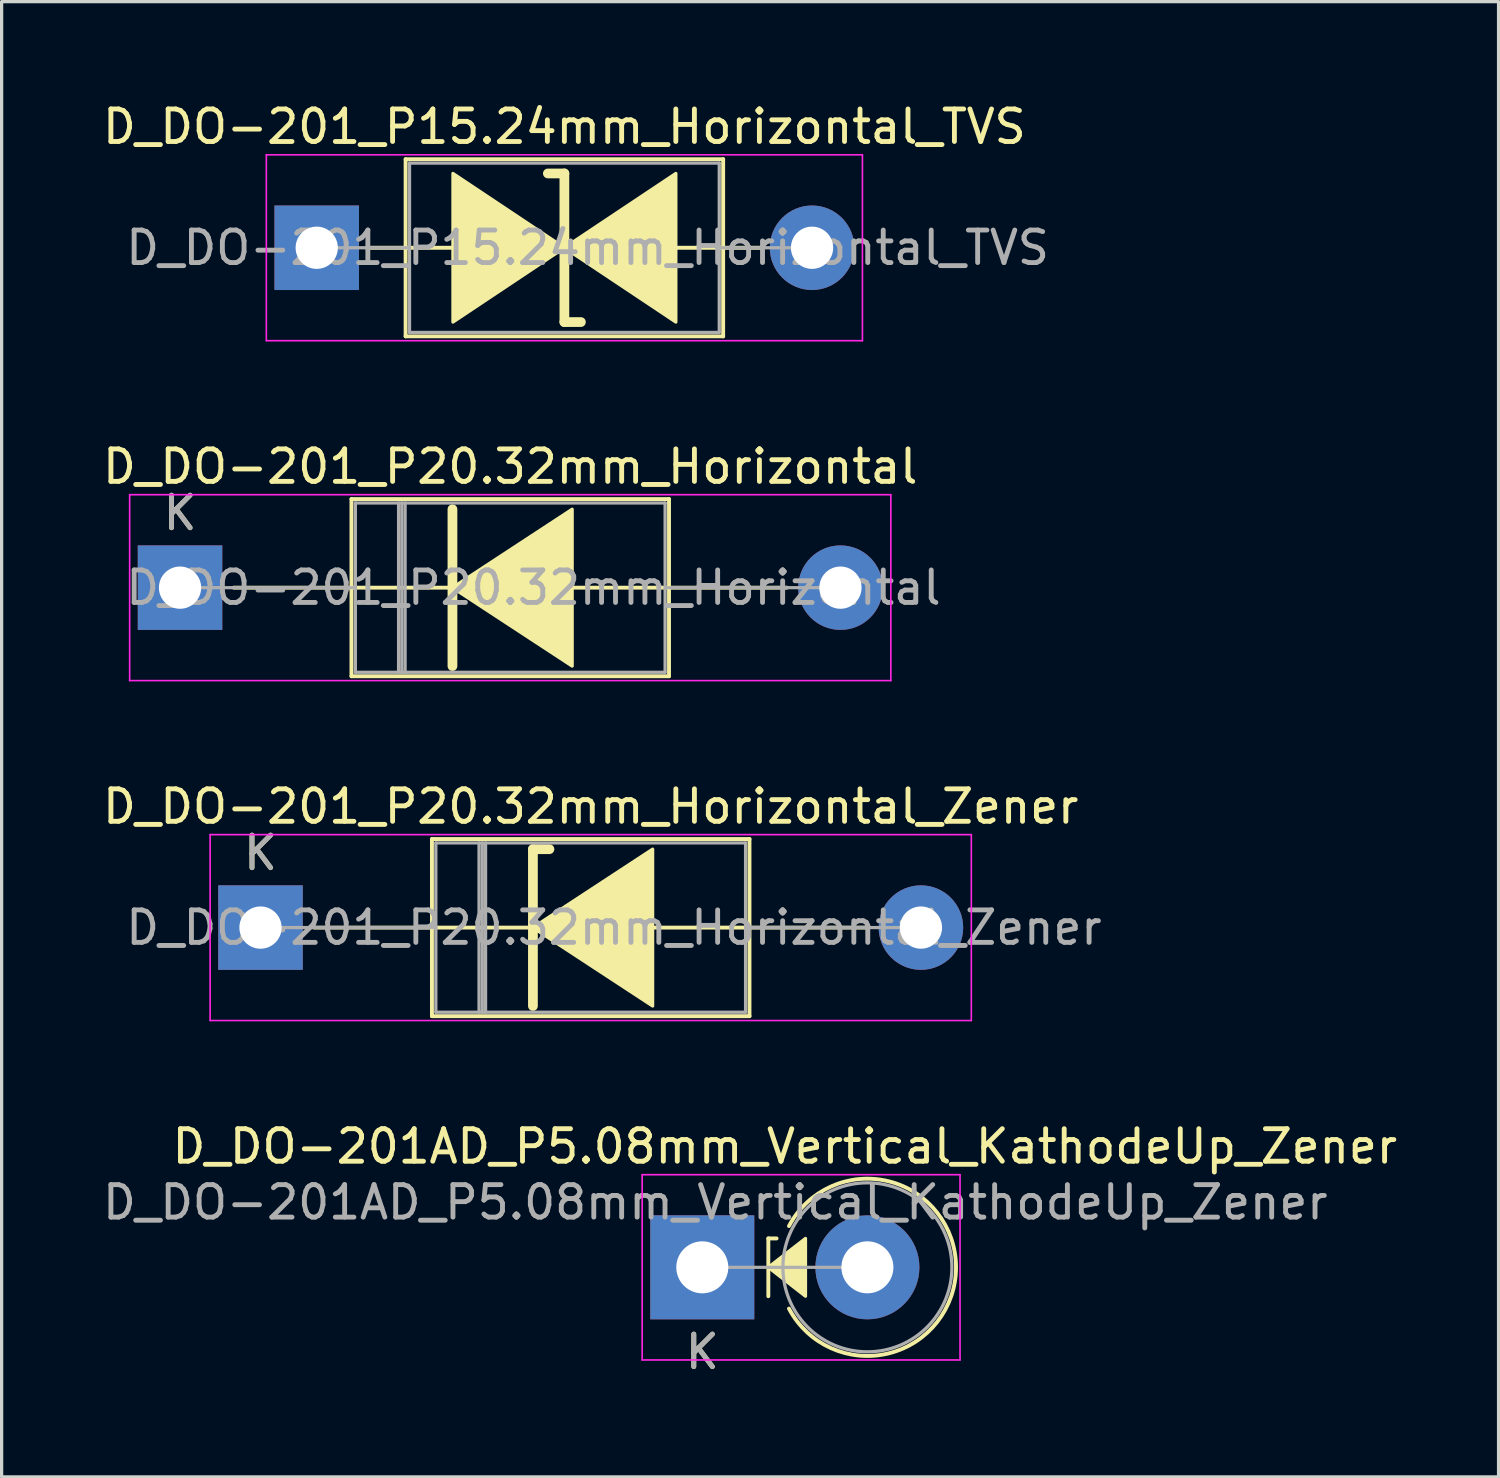
<source format=kicad_pcb>
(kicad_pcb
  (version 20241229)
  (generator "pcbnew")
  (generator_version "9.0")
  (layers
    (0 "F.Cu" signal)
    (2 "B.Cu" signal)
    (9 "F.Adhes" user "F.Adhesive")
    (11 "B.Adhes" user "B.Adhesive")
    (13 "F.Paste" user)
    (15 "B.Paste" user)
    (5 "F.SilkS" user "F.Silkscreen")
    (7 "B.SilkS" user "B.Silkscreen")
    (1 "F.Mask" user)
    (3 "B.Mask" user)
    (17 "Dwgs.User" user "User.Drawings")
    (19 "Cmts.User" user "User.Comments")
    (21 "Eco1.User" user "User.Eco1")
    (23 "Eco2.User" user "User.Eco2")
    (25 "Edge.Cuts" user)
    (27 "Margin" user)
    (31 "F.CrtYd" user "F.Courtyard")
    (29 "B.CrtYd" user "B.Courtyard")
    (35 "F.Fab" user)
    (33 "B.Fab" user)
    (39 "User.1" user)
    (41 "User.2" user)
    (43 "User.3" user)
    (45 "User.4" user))
  (footprint "D_DO-201_P15.24mm_Horizontal_TVS"
    (layer "F.Cu")
    (at 6.695 4.573)
    (property "Reference" "D_DO-201_P15.24mm_Horizontal_TVS" (at 7.62 -3.725 0) (layer "F.SilkS") (effects (font (size 1 1) (thickness 0.15))))
    (attr through_hole)
    (fp_line (start 1.54 0) (end 2.735 0) (stroke (width 0.12) (type solid)) (layer "F.SilkS"))
    (fp_line (start 2.735 -2.725) (end 2.735 2.725) (stroke (width 0.12) (type solid)) (layer "F.SilkS"))
    (fp_line (start 2.735 0) (end 4.191 0) (stroke (width 0.12) (type solid)) (layer "F.SilkS"))
    (fp_line (start 2.735 2.725) (end 12.505 2.725) (stroke (width 0.12) (type solid)) (layer "F.SilkS"))
    (fp_line (start 7.62 -2.286) (end 7.112 -2.286) (stroke (width 0.3) (type solid)) (layer "F.SilkS"))
    (fp_line (start 7.62 2.286) (end 7.62 -2.286) (stroke (width 0.3) (type solid)) (layer "F.SilkS"))
    (fp_line (start 8.128 2.286) (end 7.62 2.286) (stroke (width 0.3) (type solid)) (layer "F.SilkS"))
    (fp_line (start 11.049 0) (end 12.505 0) (stroke (width 0.12) (type solid)) (layer "F.SilkS"))
    (fp_line (start 12.505 -2.725) (end 2.735 -2.725) (stroke (width 0.12) (type solid)) (layer "F.SilkS"))
    (fp_line (start 12.505 2.725) (end 12.505 -2.725) (stroke (width 0.12) (type solid)) (layer "F.SilkS"))
    (fp_line (start 13.7 0) (end 12.505 0) (stroke (width 0.12) (type solid)) (layer "F.SilkS"))
    (fp_poly (pts (xy 7.62 0) (xy 4.191 2.286) (xy 4.191 -2.286)) (stroke (width 0.1) (type solid)) (fill yes) (layer "F.SilkS"))
    (fp_poly (pts (xy 7.62 0) (xy 11.049 -2.286) (xy 11.049 2.286)) (stroke (width 0.1) (type solid)) (fill yes) (layer "F.SilkS"))
    (fp_line (start -1.55 -2.86) (end -1.55 2.86) (stroke (width 0.05) (type solid)) (layer "F.CrtYd"))
    (fp_line (start -1.55 2.86) (end 16.79 2.86) (stroke (width 0.05) (type solid)) (layer "F.CrtYd"))
    (fp_line (start 16.79 -2.86) (end -1.55 -2.86) (stroke (width 0.05) (type solid)) (layer "F.CrtYd"))
    (fp_line (start 16.79 2.86) (end 16.79 -2.86) (stroke (width 0.05) (type solid)) (layer "F.CrtYd"))
    (fp_line (start 0 0) (end 2.855 0) (stroke (width 0.1) (type solid)) (layer "F.Fab"))
    (fp_line (start 2.855 -2.605) (end 2.855 2.605) (stroke (width 0.1) (type solid)) (layer "F.Fab"))
    (fp_line (start 2.855 2.605) (end 12.385 2.605) (stroke (width 0.1) (type solid)) (layer "F.Fab"))
    (fp_line (start 12.385 -2.605) (end 2.855 -2.605) (stroke (width 0.1) (type solid)) (layer "F.Fab"))
    (fp_line (start 12.385 2.605) (end 12.385 -2.605) (stroke (width 0.1) (type solid)) (layer "F.Fab"))
    (fp_line (start 15.24 0) (end 12.385 0) (stroke (width 0.1) (type solid)) (layer "F.Fab"))
    (fp_text user "${REFERENCE}" (at 8.335 0 0) (layer "F.Fab") (effects (font (size 1 1) (thickness 0.15))))
    (pad "1" thru_hole rect (at 0 0) (size 2.6 2.6) (drill 1.3) (layers "*.Cu" "*.Mask"))
    (pad "2" thru_hole oval (at 15.24 0) (size 2.6 2.6) (drill 1.3) (layers "*.Cu" "*.Mask")))
  (footprint "D_DO-201AD_P5.08mm_Vertical_KathodeUp_Zener"
    (layer "F.Cu")
    (at 18.558 35.943)
    (property "Reference" "D_DO-201AD_P5.08mm_Vertical_KathodeUp_Zener" (at 2.54 -3.72 0) (layer "F.SilkS") (effects (font (size 1 1) (thickness 0.15))))
    (attr through_hole)
    (fp_line (start 2.032 -0.889) (end 2.286 -0.889) (stroke (width 0.12) (type solid)) (layer "F.SilkS"))
    (fp_line (start 2.032 0.889) (end 2.032 -0.889) (stroke (width 0.12) (type solid)) (layer "F.SilkS"))
    (fp_arc (start 2.667 -1.269999) (mid 7.806803 0) (end 2.667 1.27) (stroke (width 0.12) (type solid)) (layer "F.SilkS"))
    (fp_poly (pts (xy 3.175 0.889) (xy 2.032 0) (xy 3.175 -0.889)) (stroke (width 0.1) (type solid)) (fill yes) (layer "F.SilkS"))
    (fp_line (start -1.85 -2.85) (end -1.85 2.85) (stroke (width 0.05) (type solid)) (layer "F.CrtYd"))
    (fp_line (start -1.85 2.85) (end 7.93 2.85) (stroke (width 0.05) (type solid)) (layer "F.CrtYd"))
    (fp_line (start 7.93 -2.85) (end -1.85 -2.85) (stroke (width 0.05) (type solid)) (layer "F.CrtYd"))
    (fp_line (start 7.93 2.85) (end 7.93 -2.85) (stroke (width 0.05) (type solid)) (layer "F.CrtYd"))
    (fp_line (start 0 0) (end 5.08 0) (stroke (width 0.1) (type solid)) (layer "F.Fab"))
    (fp_circle (center 5.08 0) (end 7.68 0) (stroke (width 0.1) (type solid)) (fill no) (layer "F.Fab"))
    (fp_text user "K" (at 0 2.6 0) (layer "F.SilkS") (effects (font (size 1 1) (thickness 0.15))))
    (fp_text user "K" (at 0 2.6 0) (layer "F.Fab") (effects (font (size 1 1) (thickness 0.15))))
    (fp_text user "${REFERENCE}" (at 0.4 -2 0) (layer "F.Fab") (effects (font (size 1 1) (thickness 0.15))))
    (pad "1" thru_hole rect (at 0 0) (size 3.2 3.2) (drill 1.6) (layers "*.Cu" "*.Mask"))
    (pad "2" thru_hole oval (at 5.08 0) (size 3.2 3.2) (drill 1.6) (layers "*.Cu" "*.Mask")))
  (footprint "D_DO-201_P20.32mm_Horizontal_Zener"
    (layer "F.Cu")
    (at 4.965 25.49)
    (property "Reference" "D_DO-201_P20.32mm_Horizontal_Zener" (at 10.16 -3.725 0) (layer "F.SilkS") (effects (font (size 1 1) (thickness 0.15))))
    (attr through_hole)
    (fp_line (start 1.651 0) (end 5.275 0) (stroke (width 0.12) (type solid)) (layer "F.SilkS"))
    (fp_line (start 5.275 -2.725) (end 5.275 2.725) (stroke (width 0.12) (type solid)) (layer "F.SilkS"))
    (fp_line (start 5.275 2.725) (end 15.045 2.725) (stroke (width 0.12) (type solid)) (layer "F.SilkS"))
    (fp_line (start 8.382 -2.413) (end 8.382 2.413) (stroke (width 0.3) (type solid)) (layer "F.SilkS"))
    (fp_line (start 8.382 -2.413) (end 8.89 -2.413) (stroke (width 0.3) (type solid)) (layer "F.SilkS"))
    (fp_line (start 8.382 0) (end 5.275 0) (stroke (width 0.12) (type solid)) (layer "F.SilkS"))
    (fp_line (start 12.065 0) (end 15.045 0) (stroke (width 0.12) (type solid)) (layer "F.SilkS"))
    (fp_line (start 15.045 -2.725) (end 5.275 -2.725) (stroke (width 0.12) (type solid)) (layer "F.SilkS"))
    (fp_line (start 15.045 2.725) (end 15.045 -2.725) (stroke (width 0.12) (type solid)) (layer "F.SilkS"))
    (fp_line (start 18.669 0) (end 15.045 0) (stroke (width 0.12) (type solid)) (layer "F.SilkS"))
    (fp_poly (pts (xy 12.065 2.413) (xy 8.382 0) (xy 12.065 -2.413)) (stroke (width 0.1) (type solid)) (fill yes) (layer "F.SilkS"))
    (fp_line (start -1.55 -2.86) (end -1.55 2.86) (stroke (width 0.05) (type solid)) (layer "F.CrtYd"))
    (fp_line (start -1.55 2.86) (end 21.87 2.86) (stroke (width 0.05) (type solid)) (layer "F.CrtYd"))
    (fp_line (start 21.87 -2.86) (end -1.55 -2.86) (stroke (width 0.05) (type solid)) (layer "F.CrtYd"))
    (fp_line (start 21.87 2.86) (end 21.87 -2.86) (stroke (width 0.05) (type solid)) (layer "F.CrtYd"))
    (fp_line (start 0 0) (end 5.395 0) (stroke (width 0.1) (type solid)) (layer "F.Fab"))
    (fp_line (start 5.395 -2.605) (end 5.395 2.605) (stroke (width 0.1) (type solid)) (layer "F.Fab"))
    (fp_line (start 5.395 2.605) (end 14.925 2.605) (stroke (width 0.1) (type solid)) (layer "F.Fab"))
    (fp_line (start 6.724 -2.605) (end 6.724 2.605) (stroke (width 0.1) (type solid)) (layer "F.Fab"))
    (fp_line (start 6.824 -2.605) (end 6.824 2.605) (stroke (width 0.1) (type solid)) (layer "F.Fab"))
    (fp_line (start 6.925 -2.605) (end 6.925 2.605) (stroke (width 0.1) (type solid)) (layer "F.Fab"))
    (fp_line (start 14.925 -2.605) (end 5.395 -2.605) (stroke (width 0.1) (type solid)) (layer "F.Fab"))
    (fp_line (start 14.925 2.605) (end 14.925 -2.605) (stroke (width 0.1) (type solid)) (layer "F.Fab"))
    (fp_line (start 20.32 0) (end 14.925 0) (stroke (width 0.1) (type solid)) (layer "F.Fab"))
    (fp_text user "K" (at 0 -2.3 0) (layer "F.SilkS") (effects (font (size 1 1) (thickness 0.15))))
    (fp_text user "K" (at 0 -2.3 0) (layer "F.Fab") (effects (font (size 1 1) (thickness 0.15))))
    (fp_text user "${REFERENCE}" (at 10.875 0 0) (layer "F.Fab") (effects (font (size 1 1) (thickness 0.15))))
    (pad "1" thru_hole rect (at 0 0) (size 2.6 2.6) (drill 1.3) (layers "*.Cu" "*.Mask"))
    (pad "2" thru_hole oval (at 20.32 0) (size 2.6 2.6) (drill 1.3) (layers "*.Cu" "*.Mask")))
  (footprint "D_DO-201_P20.32mm_Horizontal"
    (layer "F.Cu")
    (at 2.489 15.031)
    (property "Reference" "D_DO-201_P20.32mm_Horizontal" (at 10.16 -3.725 0) (layer "F.SilkS") (effects (font (size 1 1) (thickness 0.15))))
    (attr through_hole)
    (fp_line (start 1.651 0) (end 5.275 0) (stroke (width 0.12) (type solid)) (layer "F.SilkS"))
    (fp_line (start 5.275 -2.725) (end 5.275 2.725) (stroke (width 0.12) (type solid)) (layer "F.SilkS"))
    (fp_line (start 5.275 2.725) (end 15.045 2.725) (stroke (width 0.12) (type solid)) (layer "F.SilkS"))
    (fp_line (start 8.382 -2.413) (end 8.382 2.413) (stroke (width 0.3) (type solid)) (layer "F.SilkS"))
    (fp_line (start 8.382 0) (end 5.275 0) (stroke (width 0.12) (type solid)) (layer "F.SilkS"))
    (fp_line (start 12.065 0) (end 15.045 0) (stroke (width 0.12) (type solid)) (layer "F.SilkS"))
    (fp_line (start 15.045 -2.725) (end 5.275 -2.725) (stroke (width 0.12) (type solid)) (layer "F.SilkS"))
    (fp_line (start 15.045 2.725) (end 15.045 -2.725) (stroke (width 0.12) (type solid)) (layer "F.SilkS"))
    (fp_line (start 18.669 0) (end 15.045 0) (stroke (width 0.12) (type solid)) (layer "F.SilkS"))
    (fp_poly (pts (xy 12.065 2.413) (xy 8.382 0) (xy 12.065 -2.413)) (stroke (width 0.1) (type solid)) (fill yes) (layer "F.SilkS"))
    (fp_line (start -1.55 -2.86) (end -1.55 2.86) (stroke (width 0.05) (type solid)) (layer "F.CrtYd"))
    (fp_line (start -1.55 2.86) (end 21.87 2.86) (stroke (width 0.05) (type solid)) (layer "F.CrtYd"))
    (fp_line (start 21.87 -2.86) (end -1.55 -2.86) (stroke (width 0.05) (type solid)) (layer "F.CrtYd"))
    (fp_line (start 21.87 2.86) (end 21.87 -2.86) (stroke (width 0.05) (type solid)) (layer "F.CrtYd"))
    (fp_line (start 0 0) (end 5.395 0) (stroke (width 0.1) (type solid)) (layer "F.Fab"))
    (fp_line (start 5.395 -2.605) (end 5.395 2.605) (stroke (width 0.1) (type solid)) (layer "F.Fab"))
    (fp_line (start 5.395 2.605) (end 14.925 2.605) (stroke (width 0.1) (type solid)) (layer "F.Fab"))
    (fp_line (start 6.724 -2.605) (end 6.724 2.605) (stroke (width 0.1) (type solid)) (layer "F.Fab"))
    (fp_line (start 6.824 -2.605) (end 6.824 2.605) (stroke (width 0.1) (type solid)) (layer "F.Fab"))
    (fp_line (start 6.925 -2.605) (end 6.925 2.605) (stroke (width 0.1) (type solid)) (layer "F.Fab"))
    (fp_line (start 14.925 -2.605) (end 5.395 -2.605) (stroke (width 0.1) (type solid)) (layer "F.Fab"))
    (fp_line (start 14.925 2.605) (end 14.925 -2.605) (stroke (width 0.1) (type solid)) (layer "F.Fab"))
    (fp_line (start 20.32 0) (end 14.925 0) (stroke (width 0.1) (type solid)) (layer "F.Fab"))
    (fp_text user "K" (at 0 -2.3 0) (layer "F.SilkS") (effects (font (size 1 1) (thickness 0.15))))
    (fp_text user "K" (at 0 -2.3 0) (layer "F.Fab") (effects (font (size 1 1) (thickness 0.15))))
    (fp_text user "${REFERENCE}" (at 10.875 0 0) (layer "F.Fab") (effects (font (size 1 1) (thickness 0.15))))
    (pad "1" thru_hole rect (at 0 0) (size 2.6 2.6) (drill 1.3) (layers "*.Cu" "*.Mask"))
    (pad "2" thru_hole oval (at 20.32 0) (size 2.6 2.6) (drill 1.3) (layers "*.Cu" "*.Mask")))
  (gr_rect
    (start -3 -3)
    (end 43.057 42.391)
    (stroke (width 0.1) (type default))
    (fill no)
    (layer "Edge.Cuts")))
</source>
